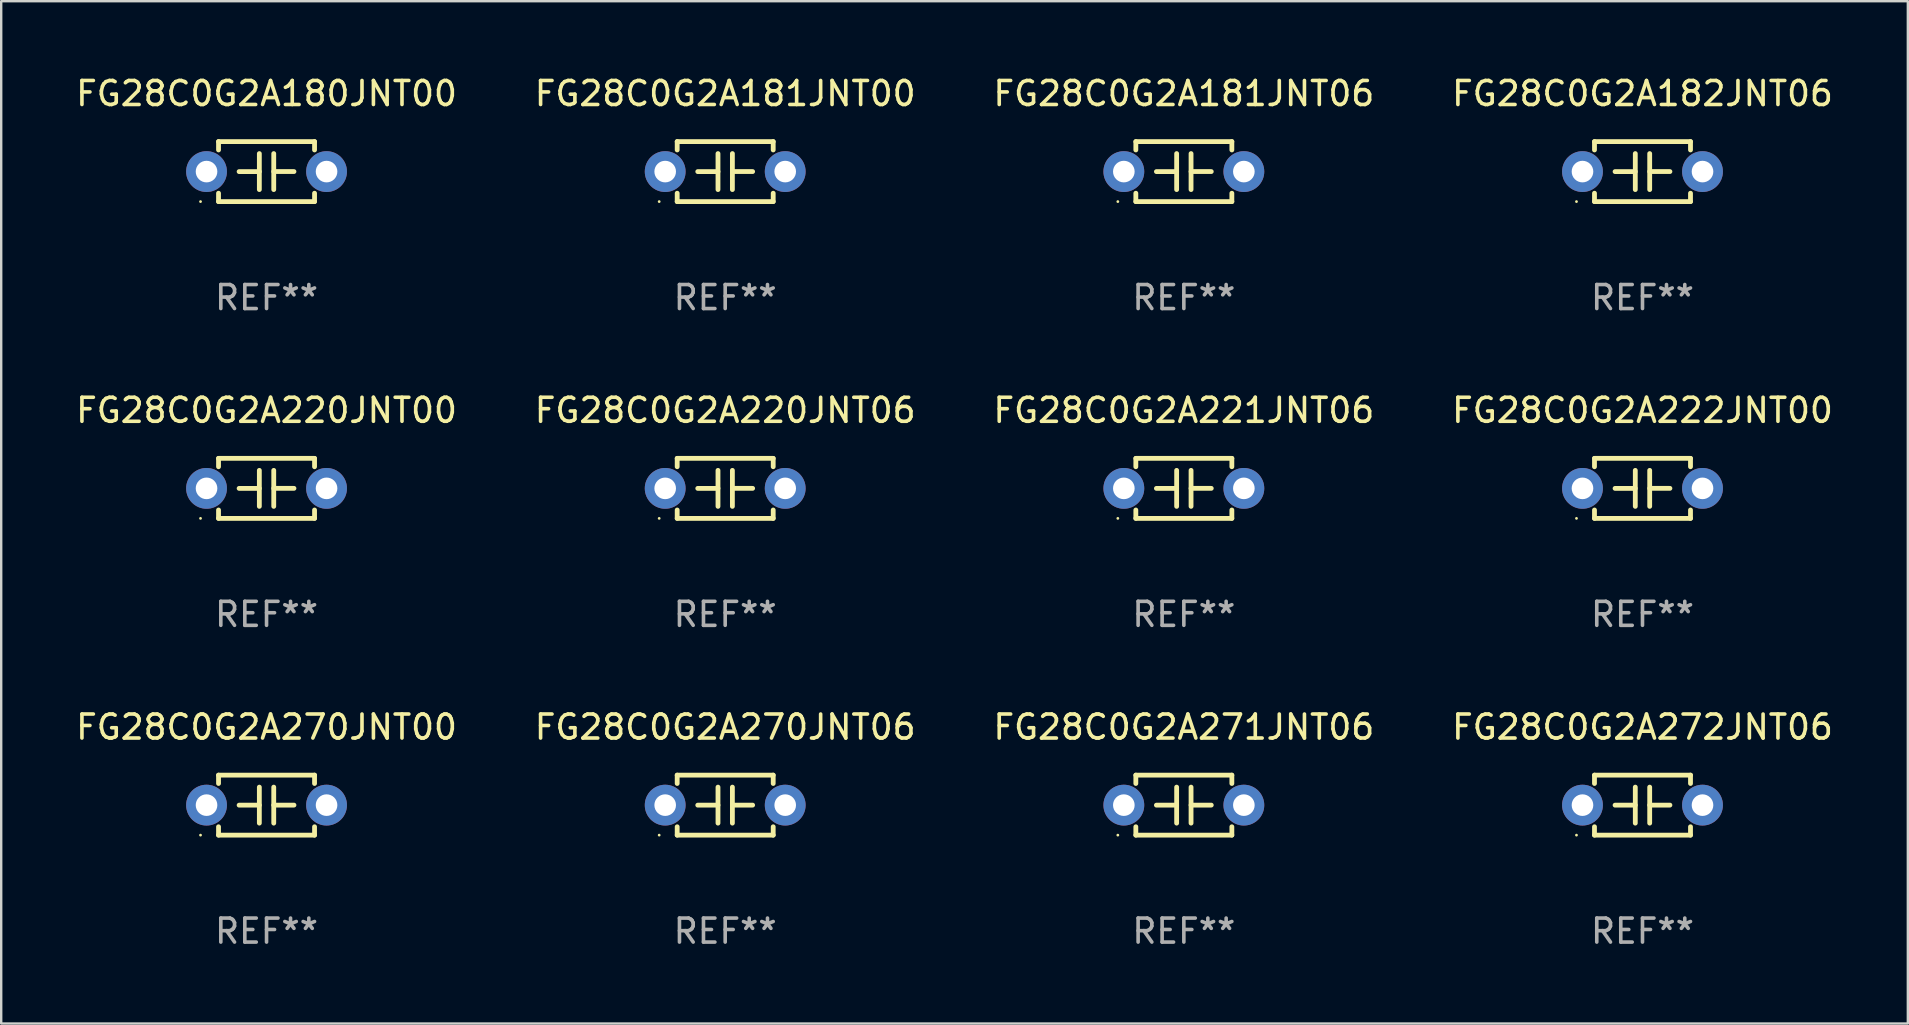
<source format=kicad_pcb>
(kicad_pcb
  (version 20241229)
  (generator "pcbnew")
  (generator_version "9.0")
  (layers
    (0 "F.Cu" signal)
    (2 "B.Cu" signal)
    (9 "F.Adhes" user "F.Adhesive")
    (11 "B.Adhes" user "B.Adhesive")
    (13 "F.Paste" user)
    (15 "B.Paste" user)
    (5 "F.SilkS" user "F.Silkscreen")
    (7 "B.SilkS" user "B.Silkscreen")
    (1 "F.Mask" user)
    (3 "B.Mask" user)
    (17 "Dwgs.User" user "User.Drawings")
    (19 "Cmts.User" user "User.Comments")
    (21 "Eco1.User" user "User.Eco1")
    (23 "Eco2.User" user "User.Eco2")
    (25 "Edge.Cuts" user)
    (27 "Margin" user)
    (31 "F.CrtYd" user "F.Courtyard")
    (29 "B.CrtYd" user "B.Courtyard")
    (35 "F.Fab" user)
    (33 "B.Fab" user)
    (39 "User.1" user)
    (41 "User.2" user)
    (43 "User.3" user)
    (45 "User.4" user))
  (footprint "FG28C0G2A271JNT06"
    (layer "F.Cu")
    (at 46.268 30.491)
    (property "Reference" "FG28C0G2A271JNT06" (at 0 -3.25 0) (layer "F.SilkS") (effects (font (size 1 1) (thickness 0.15))))
    (attr through_hole)
    (fp_line (start -2 -1.25) (end -2 -0.901) (stroke (width 0.2) (type solid)) (layer "F.SilkS"))
    (fp_line (start -2 -1.25) (end 2 -1.25) (stroke (width 0.2) (type solid)) (layer "F.SilkS"))
    (fp_line (start -2 0.901) (end -2 1.25) (stroke (width 0.2) (type solid)) (layer "F.SilkS"))
    (fp_line (start -0.3 -0.75) (end -0.3 0.75) (stroke (width 0.2) (type solid)) (layer "F.SilkS"))
    (fp_line (start -0.3 0.001) (end -1.143 0.001) (stroke (width 0.2) (type solid)) (layer "F.SilkS"))
    (fp_line (start 0.3 -0.001) (end 1.143 -0.001) (stroke (width 0.2) (type solid)) (layer "F.SilkS"))
    (fp_line (start 0.3 0.75) (end 0.3 -0.75) (stroke (width 0.2) (type solid)) (layer "F.SilkS"))
    (fp_line (start 2 -1.25) (end 2 -0.901) (stroke (width 0.2) (type solid)) (layer "F.SilkS"))
    (fp_line (start 2 0.901) (end 2 1.25) (stroke (width 0.2) (type solid)) (layer "F.SilkS"))
    (fp_line (start 2 1.25) (end -2 1.25) (stroke (width 0.2) (type solid)) (layer "F.SilkS"))
    (fp_circle (center -2.75 1.25) (end -2.72 1.25) (stroke (width 0.06) (type solid)) (fill no) (layer "F.SilkS"))
    (fp_text user "REF**" (at 0 5.25 0) (layer "F.Fab") (effects (font (size 1 1) (thickness 0.15))))
    (pad "1" thru_hole circle (at -2.5 0) (size 1.7 1.7) (drill 0.9) (layers "*.Cu" "*.Mask"))
    (pad "2" thru_hole circle (at 2.5 0) (size 1.7 1.7) (drill 0.9) (layers "*.Cu" "*.Mask")))
  (footprint "FG28C0G2A272JNT06"
    (layer "F.Cu")
    (at 65.375 30.491)
    (property "Reference" "FG28C0G2A272JNT06" (at 0 -3.25 0) (layer "F.SilkS") (effects (font (size 1 1) (thickness 0.15))))
    (attr through_hole)
    (fp_line (start -2 -1.25) (end -2 -0.901) (stroke (width 0.2) (type solid)) (layer "F.SilkS"))
    (fp_line (start -2 -1.25) (end 2 -1.25) (stroke (width 0.2) (type solid)) (layer "F.SilkS"))
    (fp_line (start -2 0.901) (end -2 1.25) (stroke (width 0.2) (type solid)) (layer "F.SilkS"))
    (fp_line (start -0.3 -0.75) (end -0.3 0.75) (stroke (width 0.2) (type solid)) (layer "F.SilkS"))
    (fp_line (start -0.3 0.001) (end -1.143 0.001) (stroke (width 0.2) (type solid)) (layer "F.SilkS"))
    (fp_line (start 0.3 -0.001) (end 1.143 -0.001) (stroke (width 0.2) (type solid)) (layer "F.SilkS"))
    (fp_line (start 0.3 0.75) (end 0.3 -0.75) (stroke (width 0.2) (type solid)) (layer "F.SilkS"))
    (fp_line (start 2 -1.25) (end 2 -0.901) (stroke (width 0.2) (type solid)) (layer "F.SilkS"))
    (fp_line (start 2 0.901) (end 2 1.25) (stroke (width 0.2) (type solid)) (layer "F.SilkS"))
    (fp_line (start 2 1.25) (end -2 1.25) (stroke (width 0.2) (type solid)) (layer "F.SilkS"))
    (fp_circle (center -2.75 1.25) (end -2.72 1.25) (stroke (width 0.06) (type solid)) (fill no) (layer "F.SilkS"))
    (fp_text user "REF**" (at 0 5.25 0) (layer "F.Fab") (effects (font (size 1 1) (thickness 0.15))))
    (pad "1" thru_hole circle (at -2.5 0) (size 1.7 1.7) (drill 0.9) (layers "*.Cu" "*.Mask"))
    (pad "2" thru_hole circle (at 2.5 0) (size 1.7 1.7) (drill 0.9) (layers "*.Cu" "*.Mask")))
  (footprint "FG28C0G2A220JNT00"
    (layer "F.Cu")
    (at 8.054 17.295)
    (property "Reference" "FG28C0G2A220JNT00" (at 0 -3.25 0) (layer "F.SilkS") (effects (font (size 1 1) (thickness 0.15))))
    (attr through_hole)
    (fp_line (start -2 -1.25) (end -2 -0.901) (stroke (width 0.2) (type solid)) (layer "F.SilkS"))
    (fp_line (start -2 -1.25) (end 2 -1.25) (stroke (width 0.2) (type solid)) (layer "F.SilkS"))
    (fp_line (start -2 0.901) (end -2 1.25) (stroke (width 0.2) (type solid)) (layer "F.SilkS"))
    (fp_line (start -0.3 -0.75) (end -0.3 0.75) (stroke (width 0.2) (type solid)) (layer "F.SilkS"))
    (fp_line (start -0.3 0.001) (end -1.143 0.001) (stroke (width 0.2) (type solid)) (layer "F.SilkS"))
    (fp_line (start 0.3 -0.001) (end 1.143 -0.001) (stroke (width 0.2) (type solid)) (layer "F.SilkS"))
    (fp_line (start 0.3 0.75) (end 0.3 -0.75) (stroke (width 0.2) (type solid)) (layer "F.SilkS"))
    (fp_line (start 2 -1.25) (end 2 -0.901) (stroke (width 0.2) (type solid)) (layer "F.SilkS"))
    (fp_line (start 2 0.901) (end 2 1.25) (stroke (width 0.2) (type solid)) (layer "F.SilkS"))
    (fp_line (start 2 1.25) (end -2 1.25) (stroke (width 0.2) (type solid)) (layer "F.SilkS"))
    (fp_circle (center -2.75 1.25) (end -2.72 1.25) (stroke (width 0.06) (type solid)) (fill no) (layer "F.SilkS"))
    (fp_text user "REF**" (at 0 5.25 0) (layer "F.Fab") (effects (font (size 1 1) (thickness 0.15))))
    (pad "1" thru_hole circle (at -2.5 0) (size 1.7 1.7) (drill 0.9) (layers "*.Cu" "*.Mask"))
    (pad "2" thru_hole circle (at 2.5 0) (size 1.7 1.7) (drill 0.9) (layers "*.Cu" "*.Mask")))
  (footprint "FG28C0G2A181JNT06"
    (layer "F.Cu")
    (at 46.268 4.098)
    (property "Reference" "FG28C0G2A181JNT06" (at 0 -3.25 0) (layer "F.SilkS") (effects (font (size 1 1) (thickness 0.15))))
    (attr through_hole)
    (fp_line (start -2 -1.25) (end -2 -0.901) (stroke (width 0.2) (type solid)) (layer "F.SilkS"))
    (fp_line (start -2 -1.25) (end 2 -1.25) (stroke (width 0.2) (type solid)) (layer "F.SilkS"))
    (fp_line (start -2 0.901) (end -2 1.25) (stroke (width 0.2) (type solid)) (layer "F.SilkS"))
    (fp_line (start -0.3 -0.75) (end -0.3 0.75) (stroke (width 0.2) (type solid)) (layer "F.SilkS"))
    (fp_line (start -0.3 0.001) (end -1.143 0.001) (stroke (width 0.2) (type solid)) (layer "F.SilkS"))
    (fp_line (start 0.3 -0.001) (end 1.143 -0.001) (stroke (width 0.2) (type solid)) (layer "F.SilkS"))
    (fp_line (start 0.3 0.75) (end 0.3 -0.75) (stroke (width 0.2) (type solid)) (layer "F.SilkS"))
    (fp_line (start 2 -1.25) (end 2 -0.901) (stroke (width 0.2) (type solid)) (layer "F.SilkS"))
    (fp_line (start 2 0.901) (end 2 1.25) (stroke (width 0.2) (type solid)) (layer "F.SilkS"))
    (fp_line (start 2 1.25) (end -2 1.25) (stroke (width 0.2) (type solid)) (layer "F.SilkS"))
    (fp_circle (center -2.75 1.25) (end -2.72 1.25) (stroke (width 0.06) (type solid)) (fill no) (layer "F.SilkS"))
    (fp_text user "REF**" (at 0 5.25 0) (layer "F.Fab") (effects (font (size 1 1) (thickness 0.15))))
    (pad "1" thru_hole circle (at -2.5 0) (size 1.7 1.7) (drill 0.9) (layers "*.Cu" "*.Mask"))
    (pad "2" thru_hole circle (at 2.5 0) (size 1.7 1.7) (drill 0.9) (layers "*.Cu" "*.Mask")))
  (footprint "FG28C0G2A270JNT00"
    (layer "F.Cu")
    (at 8.054 30.491)
    (property "Reference" "FG28C0G2A270JNT00" (at 0 -3.25 0) (layer "F.SilkS") (effects (font (size 1 1) (thickness 0.15))))
    (attr through_hole)
    (fp_line (start -2 -1.25) (end -2 -0.901) (stroke (width 0.2) (type solid)) (layer "F.SilkS"))
    (fp_line (start -2 -1.25) (end 2 -1.25) (stroke (width 0.2) (type solid)) (layer "F.SilkS"))
    (fp_line (start -2 0.901) (end -2 1.25) (stroke (width 0.2) (type solid)) (layer "F.SilkS"))
    (fp_line (start -0.3 -0.75) (end -0.3 0.75) (stroke (width 0.2) (type solid)) (layer "F.SilkS"))
    (fp_line (start -0.3 0.001) (end -1.143 0.001) (stroke (width 0.2) (type solid)) (layer "F.SilkS"))
    (fp_line (start 0.3 -0.001) (end 1.143 -0.001) (stroke (width 0.2) (type solid)) (layer "F.SilkS"))
    (fp_line (start 0.3 0.75) (end 0.3 -0.75) (stroke (width 0.2) (type solid)) (layer "F.SilkS"))
    (fp_line (start 2 -1.25) (end 2 -0.901) (stroke (width 0.2) (type solid)) (layer "F.SilkS"))
    (fp_line (start 2 0.901) (end 2 1.25) (stroke (width 0.2) (type solid)) (layer "F.SilkS"))
    (fp_line (start 2 1.25) (end -2 1.25) (stroke (width 0.2) (type solid)) (layer "F.SilkS"))
    (fp_circle (center -2.75 1.25) (end -2.72 1.25) (stroke (width 0.06) (type solid)) (fill no) (layer "F.SilkS"))
    (fp_text user "REF**" (at 0 5.25 0) (layer "F.Fab") (effects (font (size 1 1) (thickness 0.15))))
    (pad "1" thru_hole circle (at -2.5 0) (size 1.7 1.7) (drill 0.9) (layers "*.Cu" "*.Mask"))
    (pad "2" thru_hole circle (at 2.5 0) (size 1.7 1.7) (drill 0.9) (layers "*.Cu" "*.Mask")))
  (footprint "FG28C0G2A180JNT00"
    (layer "F.Cu")
    (at 8.054 4.098)
    (property "Reference" "FG28C0G2A180JNT00" (at 0 -3.25 0) (layer "F.SilkS") (effects (font (size 1 1) (thickness 0.15))))
    (attr through_hole)
    (fp_line (start -2 -1.25) (end -2 -0.901) (stroke (width 0.2) (type solid)) (layer "F.SilkS"))
    (fp_line (start -2 -1.25) (end 2 -1.25) (stroke (width 0.2) (type solid)) (layer "F.SilkS"))
    (fp_line (start -2 0.901) (end -2 1.25) (stroke (width 0.2) (type solid)) (layer "F.SilkS"))
    (fp_line (start -0.3 -0.75) (end -0.3 0.75) (stroke (width 0.2) (type solid)) (layer "F.SilkS"))
    (fp_line (start -0.3 0.001) (end -1.143 0.001) (stroke (width 0.2) (type solid)) (layer "F.SilkS"))
    (fp_line (start 0.3 -0.001) (end 1.143 -0.001) (stroke (width 0.2) (type solid)) (layer "F.SilkS"))
    (fp_line (start 0.3 0.75) (end 0.3 -0.75) (stroke (width 0.2) (type solid)) (layer "F.SilkS"))
    (fp_line (start 2 -1.25) (end 2 -0.901) (stroke (width 0.2) (type solid)) (layer "F.SilkS"))
    (fp_line (start 2 0.901) (end 2 1.25) (stroke (width 0.2) (type solid)) (layer "F.SilkS"))
    (fp_line (start 2 1.25) (end -2 1.25) (stroke (width 0.2) (type solid)) (layer "F.SilkS"))
    (fp_circle (center -2.75 1.25) (end -2.72 1.25) (stroke (width 0.06) (type solid)) (fill no) (layer "F.SilkS"))
    (fp_text user "REF**" (at 0 5.25 0) (layer "F.Fab") (effects (font (size 1 1) (thickness 0.15))))
    (pad "1" thru_hole circle (at -2.5 0) (size 1.7 1.7) (drill 0.9) (layers "*.Cu" "*.Mask"))
    (pad "2" thru_hole circle (at 2.5 0) (size 1.7 1.7) (drill 0.9) (layers "*.Cu" "*.Mask")))
  (footprint "FG28C0G2A220JNT06"
    (layer "F.Cu")
    (at 27.161 17.295)
    (property "Reference" "FG28C0G2A220JNT06" (at 0 -3.25 0) (layer "F.SilkS") (effects (font (size 1 1) (thickness 0.15))))
    (attr through_hole)
    (fp_line (start -2 -1.25) (end -2 -0.901) (stroke (width 0.2) (type solid)) (layer "F.SilkS"))
    (fp_line (start -2 -1.25) (end 2 -1.25) (stroke (width 0.2) (type solid)) (layer "F.SilkS"))
    (fp_line (start -2 0.901) (end -2 1.25) (stroke (width 0.2) (type solid)) (layer "F.SilkS"))
    (fp_line (start -0.3 -0.75) (end -0.3 0.75) (stroke (width 0.2) (type solid)) (layer "F.SilkS"))
    (fp_line (start -0.3 0.001) (end -1.143 0.001) (stroke (width 0.2) (type solid)) (layer "F.SilkS"))
    (fp_line (start 0.3 -0.001) (end 1.143 -0.001) (stroke (width 0.2) (type solid)) (layer "F.SilkS"))
    (fp_line (start 0.3 0.75) (end 0.3 -0.75) (stroke (width 0.2) (type solid)) (layer "F.SilkS"))
    (fp_line (start 2 -1.25) (end 2 -0.901) (stroke (width 0.2) (type solid)) (layer "F.SilkS"))
    (fp_line (start 2 0.901) (end 2 1.25) (stroke (width 0.2) (type solid)) (layer "F.SilkS"))
    (fp_line (start 2 1.25) (end -2 1.25) (stroke (width 0.2) (type solid)) (layer "F.SilkS"))
    (fp_circle (center -2.75 1.25) (end -2.72 1.25) (stroke (width 0.06) (type solid)) (fill no) (layer "F.SilkS"))
    (fp_text user "REF**" (at 0 5.25 0) (layer "F.Fab") (effects (font (size 1 1) (thickness 0.15))))
    (pad "1" thru_hole circle (at -2.5 0) (size 1.7 1.7) (drill 0.9) (layers "*.Cu" "*.Mask"))
    (pad "2" thru_hole circle (at 2.5 0) (size 1.7 1.7) (drill 0.9) (layers "*.Cu" "*.Mask")))
  (footprint "FG28C0G2A221JNT06"
    (layer "F.Cu")
    (at 46.268 17.295)
    (property "Reference" "FG28C0G2A221JNT06" (at 0 -3.25 0) (layer "F.SilkS") (effects (font (size 1 1) (thickness 0.15))))
    (attr through_hole)
    (fp_line (start -2 -1.25) (end -2 -0.901) (stroke (width 0.2) (type solid)) (layer "F.SilkS"))
    (fp_line (start -2 -1.25) (end 2 -1.25) (stroke (width 0.2) (type solid)) (layer "F.SilkS"))
    (fp_line (start -2 0.901) (end -2 1.25) (stroke (width 0.2) (type solid)) (layer "F.SilkS"))
    (fp_line (start -0.3 -0.75) (end -0.3 0.75) (stroke (width 0.2) (type solid)) (layer "F.SilkS"))
    (fp_line (start -0.3 0.001) (end -1.143 0.001) (stroke (width 0.2) (type solid)) (layer "F.SilkS"))
    (fp_line (start 0.3 -0.001) (end 1.143 -0.001) (stroke (width 0.2) (type solid)) (layer "F.SilkS"))
    (fp_line (start 0.3 0.75) (end 0.3 -0.75) (stroke (width 0.2) (type solid)) (layer "F.SilkS"))
    (fp_line (start 2 -1.25) (end 2 -0.901) (stroke (width 0.2) (type solid)) (layer "F.SilkS"))
    (fp_line (start 2 0.901) (end 2 1.25) (stroke (width 0.2) (type solid)) (layer "F.SilkS"))
    (fp_line (start 2 1.25) (end -2 1.25) (stroke (width 0.2) (type solid)) (layer "F.SilkS"))
    (fp_circle (center -2.75 1.25) (end -2.72 1.25) (stroke (width 0.06) (type solid)) (fill no) (layer "F.SilkS"))
    (fp_text user "REF**" (at 0 5.25 0) (layer "F.Fab") (effects (font (size 1 1) (thickness 0.15))))
    (pad "1" thru_hole circle (at -2.5 0) (size 1.7 1.7) (drill 0.9) (layers "*.Cu" "*.Mask"))
    (pad "2" thru_hole circle (at 2.5 0) (size 1.7 1.7) (drill 0.9) (layers "*.Cu" "*.Mask")))
  (footprint "FG28C0G2A222JNT00"
    (layer "F.Cu")
    (at 65.375 17.295)
    (property "Reference" "FG28C0G2A222JNT00" (at 0 -3.25 0) (layer "F.SilkS") (effects (font (size 1 1) (thickness 0.15))))
    (attr through_hole)
    (fp_line (start -2 -1.25) (end -2 -0.901) (stroke (width 0.2) (type solid)) (layer "F.SilkS"))
    (fp_line (start -2 -1.25) (end 2 -1.25) (stroke (width 0.2) (type solid)) (layer "F.SilkS"))
    (fp_line (start -2 0.901) (end -2 1.25) (stroke (width 0.2) (type solid)) (layer "F.SilkS"))
    (fp_line (start -0.3 -0.75) (end -0.3 0.75) (stroke (width 0.2) (type solid)) (layer "F.SilkS"))
    (fp_line (start -0.3 0.001) (end -1.143 0.001) (stroke (width 0.2) (type solid)) (layer "F.SilkS"))
    (fp_line (start 0.3 -0.001) (end 1.143 -0.001) (stroke (width 0.2) (type solid)) (layer "F.SilkS"))
    (fp_line (start 0.3 0.75) (end 0.3 -0.75) (stroke (width 0.2) (type solid)) (layer "F.SilkS"))
    (fp_line (start 2 -1.25) (end 2 -0.901) (stroke (width 0.2) (type solid)) (layer "F.SilkS"))
    (fp_line (start 2 0.901) (end 2 1.25) (stroke (width 0.2) (type solid)) (layer "F.SilkS"))
    (fp_line (start 2 1.25) (end -2 1.25) (stroke (width 0.2) (type solid)) (layer "F.SilkS"))
    (fp_circle (center -2.75 1.25) (end -2.72 1.25) (stroke (width 0.06) (type solid)) (fill no) (layer "F.SilkS"))
    (fp_text user "REF**" (at 0 5.25 0) (layer "F.Fab") (effects (font (size 1 1) (thickness 0.15))))
    (pad "1" thru_hole circle (at -2.5 0) (size 1.7 1.7) (drill 0.9) (layers "*.Cu" "*.Mask"))
    (pad "2" thru_hole circle (at 2.5 0) (size 1.7 1.7) (drill 0.9) (layers "*.Cu" "*.Mask")))
  (footprint "FG28C0G2A270JNT06"
    (layer "F.Cu")
    (at 27.161 30.491)
    (property "Reference" "FG28C0G2A270JNT06" (at 0 -3.25 0) (layer "F.SilkS") (effects (font (size 1 1) (thickness 0.15))))
    (attr through_hole)
    (fp_line (start -2 -1.25) (end -2 -0.901) (stroke (width 0.2) (type solid)) (layer "F.SilkS"))
    (fp_line (start -2 -1.25) (end 2 -1.25) (stroke (width 0.2) (type solid)) (layer "F.SilkS"))
    (fp_line (start -2 0.901) (end -2 1.25) (stroke (width 0.2) (type solid)) (layer "F.SilkS"))
    (fp_line (start -0.3 -0.75) (end -0.3 0.75) (stroke (width 0.2) (type solid)) (layer "F.SilkS"))
    (fp_line (start -0.3 0.001) (end -1.143 0.001) (stroke (width 0.2) (type solid)) (layer "F.SilkS"))
    (fp_line (start 0.3 -0.001) (end 1.143 -0.001) (stroke (width 0.2) (type solid)) (layer "F.SilkS"))
    (fp_line (start 0.3 0.75) (end 0.3 -0.75) (stroke (width 0.2) (type solid)) (layer "F.SilkS"))
    (fp_line (start 2 -1.25) (end 2 -0.901) (stroke (width 0.2) (type solid)) (layer "F.SilkS"))
    (fp_line (start 2 0.901) (end 2 1.25) (stroke (width 0.2) (type solid)) (layer "F.SilkS"))
    (fp_line (start 2 1.25) (end -2 1.25) (stroke (width 0.2) (type solid)) (layer "F.SilkS"))
    (fp_circle (center -2.75 1.25) (end -2.72 1.25) (stroke (width 0.06) (type solid)) (fill no) (layer "F.SilkS"))
    (fp_text user "REF**" (at 0 5.25 0) (layer "F.Fab") (effects (font (size 1 1) (thickness 0.15))))
    (pad "1" thru_hole circle (at -2.5 0) (size 1.7 1.7) (drill 0.9) (layers "*.Cu" "*.Mask"))
    (pad "2" thru_hole circle (at 2.5 0) (size 1.7 1.7) (drill 0.9) (layers "*.Cu" "*.Mask")))
  (footprint "FG28C0G2A181JNT00"
    (layer "F.Cu")
    (at 27.161 4.098)
    (property "Reference" "FG28C0G2A181JNT00" (at 0 -3.25 0) (layer "F.SilkS") (effects (font (size 1 1) (thickness 0.15))))
    (attr through_hole)
    (fp_line (start -2 -1.25) (end -2 -0.901) (stroke (width 0.2) (type solid)) (layer "F.SilkS"))
    (fp_line (start -2 -1.25) (end 2 -1.25) (stroke (width 0.2) (type solid)) (layer "F.SilkS"))
    (fp_line (start -2 0.901) (end -2 1.25) (stroke (width 0.2) (type solid)) (layer "F.SilkS"))
    (fp_line (start -0.3 -0.75) (end -0.3 0.75) (stroke (width 0.2) (type solid)) (layer "F.SilkS"))
    (fp_line (start -0.3 0.001) (end -1.143 0.001) (stroke (width 0.2) (type solid)) (layer "F.SilkS"))
    (fp_line (start 0.3 -0.001) (end 1.143 -0.001) (stroke (width 0.2) (type solid)) (layer "F.SilkS"))
    (fp_line (start 0.3 0.75) (end 0.3 -0.75) (stroke (width 0.2) (type solid)) (layer "F.SilkS"))
    (fp_line (start 2 -1.25) (end 2 -0.901) (stroke (width 0.2) (type solid)) (layer "F.SilkS"))
    (fp_line (start 2 0.901) (end 2 1.25) (stroke (width 0.2) (type solid)) (layer "F.SilkS"))
    (fp_line (start 2 1.25) (end -2 1.25) (stroke (width 0.2) (type solid)) (layer "F.SilkS"))
    (fp_circle (center -2.75 1.25) (end -2.72 1.25) (stroke (width 0.06) (type solid)) (fill no) (layer "F.SilkS"))
    (fp_text user "REF**" (at 0 5.25 0) (layer "F.Fab") (effects (font (size 1 1) (thickness 0.15))))
    (pad "1" thru_hole circle (at -2.5 0) (size 1.7 1.7) (drill 0.9) (layers "*.Cu" "*.Mask"))
    (pad "2" thru_hole circle (at 2.5 0) (size 1.7 1.7) (drill 0.9) (layers "*.Cu" "*.Mask")))
  (footprint "FG28C0G2A182JNT06"
    (layer "F.Cu")
    (at 65.375 4.098)
    (property "Reference" "FG28C0G2A182JNT06" (at 0 -3.25 0) (layer "F.SilkS") (effects (font (size 1 1) (thickness 0.15))))
    (attr through_hole)
    (fp_line (start -2 -1.25) (end -2 -0.901) (stroke (width 0.2) (type solid)) (layer "F.SilkS"))
    (fp_line (start -2 -1.25) (end 2 -1.25) (stroke (width 0.2) (type solid)) (layer "F.SilkS"))
    (fp_line (start -2 0.901) (end -2 1.25) (stroke (width 0.2) (type solid)) (layer "F.SilkS"))
    (fp_line (start -0.3 -0.75) (end -0.3 0.75) (stroke (width 0.2) (type solid)) (layer "F.SilkS"))
    (fp_line (start -0.3 0.001) (end -1.143 0.001) (stroke (width 0.2) (type solid)) (layer "F.SilkS"))
    (fp_line (start 0.3 -0.001) (end 1.143 -0.001) (stroke (width 0.2) (type solid)) (layer "F.SilkS"))
    (fp_line (start 0.3 0.75) (end 0.3 -0.75) (stroke (width 0.2) (type solid)) (layer "F.SilkS"))
    (fp_line (start 2 -1.25) (end 2 -0.901) (stroke (width 0.2) (type solid)) (layer "F.SilkS"))
    (fp_line (start 2 0.901) (end 2 1.25) (stroke (width 0.2) (type solid)) (layer "F.SilkS"))
    (fp_line (start 2 1.25) (end -2 1.25) (stroke (width 0.2) (type solid)) (layer "F.SilkS"))
    (fp_circle (center -2.75 1.25) (end -2.72 1.25) (stroke (width 0.06) (type solid)) (fill no) (layer "F.SilkS"))
    (fp_text user "REF**" (at 0 5.25 0) (layer "F.Fab") (effects (font (size 1 1) (thickness 0.15))))
    (pad "1" thru_hole circle (at -2.5 0) (size 1.7 1.7) (drill 0.9) (layers "*.Cu" "*.Mask"))
    (pad "2" thru_hole circle (at 2.5 0) (size 1.7 1.7) (drill 0.9) (layers "*.Cu" "*.Mask")))
  (gr_rect
    (start -3 -3)
    (end 76.429 39.59)
    (stroke (width 0.1) (type default))
    (fill no)
    (layer "Edge.Cuts")))
</source>
